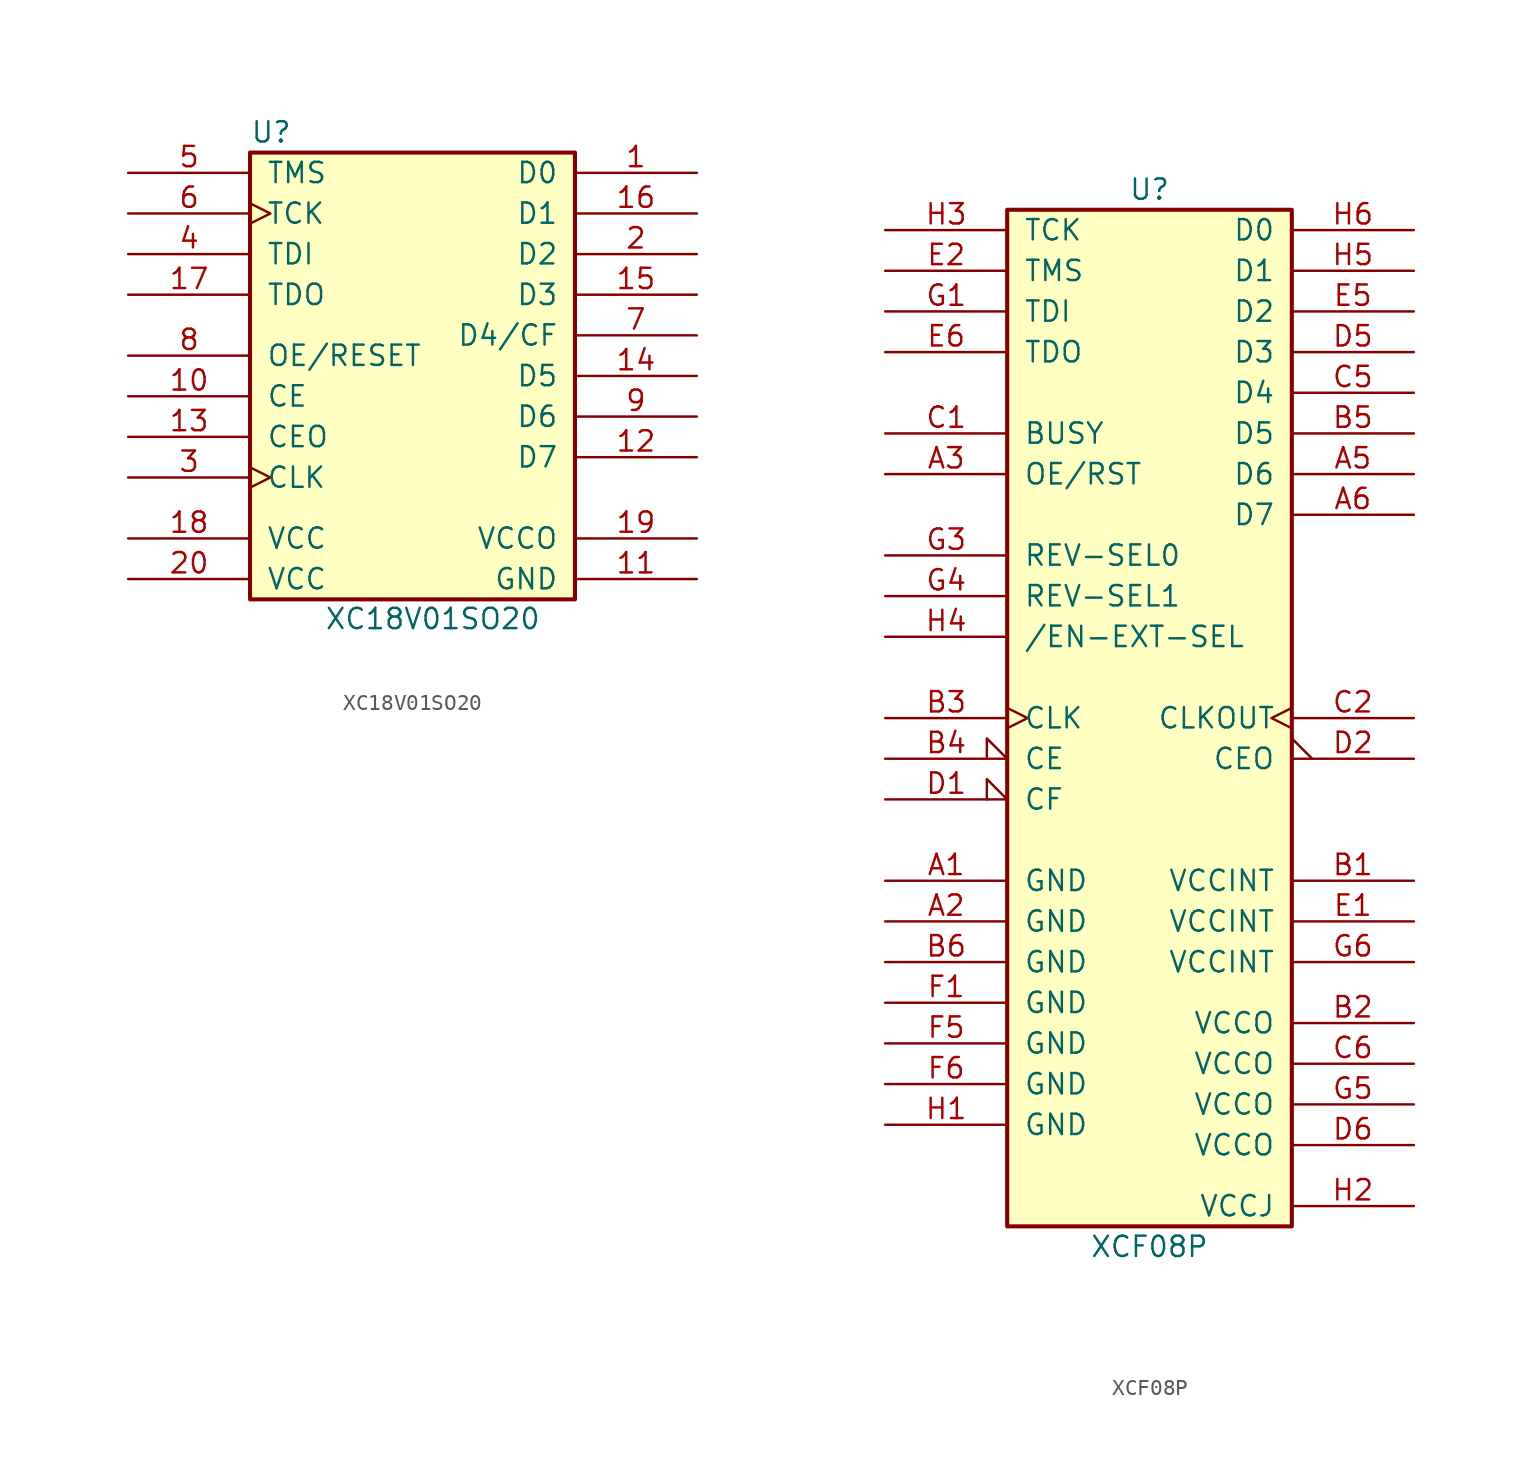
<source format=kicad_sym>
(kicad_symbol_lib
  (version 20241209)
  (generator "kicad_symbol_editor")
  (generator_version "9.0")
  (symbol "XC18V01SO20"
    (pin_names
      (offset 1.016))
    (property "Reference" "U"
      (at -8.839 15.24 0)
      (effects (font (size 1.27 1.27))))
    (property "Value" "XC18V01SO20"
      (at 1.27 -15.189 0)
      (effects (font (size 1.27 1.27))))
    (symbol "XC18V01SO20_0_1"
      (rectangle (start -10.16 13.97) (end 10.16 -13.97) (stroke (width 0.254) (type default)) (fill (type background)))
      (rectangle (start -10.16 12.7) (end -10.16 12.7) (stroke (width 0) (type default)) (fill (type none))))
    (symbol "XC18V01SO20_1_1"
      (pin input line (at -17.78 12.7 0) (length 7.62) (name "TMS" (effects (font (size 1.27 1.27)))) (number "5" (effects (font (size 1.27 1.27)))))
      (pin input clock (at -17.78 10.16 0) (length 7.62) (name "TCK" (effects (font (size 1.27 1.27)))) (number "6" (effects (font (size 1.27 1.27)))))
      (pin input line (at -17.78 7.62 0) (length 7.62) (name "TDI" (effects (font (size 1.27 1.27)))) (number "4" (effects (font (size 1.27 1.27)))))
      (pin open_collector line (at -17.78 5.08 0) (length 7.62) (name "TDO" (effects (font (size 1.27 1.27)))) (number "17" (effects (font (size 1.27 1.27)))))
      (pin input line (at -17.78 1.27 0) (length 7.62) (name "OE/RESET" (effects (font (size 1.27 1.27)))) (number "8" (effects (font (size 1.27 1.27)))))
      (pin input line (at -17.78 -1.27 0) (length 7.62) (name "CE" (effects (font (size 1.27 1.27)))) (number "10" (effects (font (size 1.27 1.27)))))
      (pin output line (at -17.78 -3.81 0) (length 7.62) (name "CEO" (effects (font (size 1.27 1.27)))) (number "13" (effects (font (size 1.27 1.27)))))
      (pin input clock (at -17.78 -6.35 0) (length 7.62) (name "CLK" (effects (font (size 1.27 1.27)))) (number "3" (effects (font (size 1.27 1.27)))))
      (pin power_in line (at -17.78 -10.16 0) (length 7.62) (name "VCC" (effects (font (size 1.27 1.27)))) (number "18" (effects (font (size 1.27 1.27)))))
      (pin power_in line (at -17.78 -12.7 0) (length 7.62) (name "VCC" (effects (font (size 1.27 1.27)))) (number "20" (effects (font (size 1.27 1.27)))))
      (pin output line (at 17.78 12.7 180) (length 7.62) (name "D0" (effects (font (size 1.27 1.27)))) (number "1" (effects (font (size 1.27 1.27)))))
      (pin output line (at 17.78 10.16 180) (length 7.62) (name "D1" (effects (font (size 1.27 1.27)))) (number "16" (effects (font (size 1.27 1.27)))))
      (pin output line (at 17.78 7.62 180) (length 7.62) (name "D2" (effects (font (size 1.27 1.27)))) (number "2" (effects (font (size 1.27 1.27)))))
      (pin output line (at 17.78 5.08 180) (length 7.62) (name "D3" (effects (font (size 1.27 1.27)))) (number "15" (effects (font (size 1.27 1.27)))))
      (pin open_collector line (at 17.78 2.54 180) (length 7.62) (name "D4/CF" (effects (font (size 1.27 1.27)))) (number "7" (effects (font (size 1.27 1.27)))))
      (pin output line (at 17.78 0 180) (length 7.62) (name "D5" (effects (font (size 1.27 1.27)))) (number "14" (effects (font (size 1.27 1.27)))))
      (pin output line (at 17.78 -2.54 180) (length 7.62) (name "D6" (effects (font (size 1.27 1.27)))) (number "9" (effects (font (size 1.27 1.27)))))
      (pin output line (at 17.78 -5.08 180) (length 7.62) (name "D7" (effects (font (size 1.27 1.27)))) (number "12" (effects (font (size 1.27 1.27)))))
      (pin power_in line (at 17.78 -10.16 180) (length 7.62) (name "VCCO" (effects (font (size 1.27 1.27)))) (number "19" (effects (font (size 1.27 1.27)))))
      (pin power_in line (at 17.78 -12.7 180) (length 7.62) (name "GND" (effects (font (size 1.27 1.27)))) (number "11" (effects (font (size 1.27 1.27)))))))
  (symbol "XCF08P"
    (pin_names
      (offset 1.016))
    (property "Reference" "U"
      (at 0 33.02 0)
      (effects (font (size 1.27 1.27))))
    (property "Value" "XCF08P"
      (at 0 -33.02 0)
      (effects (font (size 1.27 1.27))))
    (symbol "XCF08P_0_1"
      (rectangle (start -8.89 31.75) (end 8.89 -31.75) (stroke (width 0.254) (type default)) (fill (type background))))
    (symbol "XCF08P_1_1"
      (pin input line (at -16.51 30.48 0) (length 7.62) (name "TCK" (effects (font (size 1.27 1.27)))) (number "H3" (effects (font (size 1.27 1.27)))))
      (pin input line (at -16.51 27.94 0) (length 7.62) (name "TMS" (effects (font (size 1.27 1.27)))) (number "E2" (effects (font (size 1.27 1.27)))))
      (pin input line (at -16.51 25.4 0) (length 7.62) (name "TDI" (effects (font (size 1.27 1.27)))) (number "G1" (effects (font (size 1.27 1.27)))))
      (pin output line (at -16.51 22.86 0) (length 7.62) (name "TDO" (effects (font (size 1.27 1.27)))) (number "E6" (effects (font (size 1.27 1.27)))))
      (pin input line (at -16.51 17.78 0) (length 7.62) (name "BUSY" (effects (font (size 1.27 1.27)))) (number "C1" (effects (font (size 1.27 1.27)))))
      (pin input line (at -16.51 15.24 0) (length 7.62) (name "OE/RST" (effects (font (size 1.27 1.27)))) (number "A3" (effects (font (size 1.27 1.27)))))
      (pin input line (at -16.51 10.16 0) (length 7.62) (name "REV-SEL0" (effects (font (size 1.27 1.27)))) (number "G3" (effects (font (size 1.27 1.27)))))
      (pin input line (at -16.51 7.62 0) (length 7.62) (name "REV-SEL1" (effects (font (size 1.27 1.27)))) (number "G4" (effects (font (size 1.27 1.27)))))
      (pin input line (at -16.51 5.08 0) (length 7.62) (name "/EN-EXT-SEL" (effects (font (size 1.27 1.27)))) (number "H4" (effects (font (size 1.27 1.27)))))
      (pin input clock (at -16.51 0 0) (length 7.62) (name "CLK" (effects (font (size 1.27 1.27)))) (number "B3" (effects (font (size 1.27 1.27)))))
      (pin input input_low (at -16.51 -2.54 0) (length 7.62) (name "CE" (effects (font (size 1.27 1.27)))) (number "B4" (effects (font (size 1.27 1.27)))))
      (pin bidirectional input_low (at -16.51 -5.08 0) (length 7.62) (name "CF" (effects (font (size 1.27 1.27)))) (number "D1" (effects (font (size 1.27 1.27)))))
      (pin power_in line (at -16.51 -10.16 0) (length 7.62) (name "GND" (effects (font (size 1.27 1.27)))) (number "A1" (effects (font (size 1.27 1.27)))))
      (pin power_in line (at -16.51 -12.7 0) (length 7.62) (name "GND" (effects (font (size 1.27 1.27)))) (number "A2" (effects (font (size 1.27 1.27)))))
      (pin power_in line (at -16.51 -15.24 0) (length 7.62) (name "GND" (effects (font (size 1.27 1.27)))) (number "B6" (effects (font (size 1.27 1.27)))))
      (pin power_in line (at -16.51 -17.78 0) (length 7.62) (name "GND" (effects (font (size 1.27 1.27)))) (number "F1" (effects (font (size 1.27 1.27)))))
      (pin power_in line (at -16.51 -20.32 0) (length 7.62) (name "GND" (effects (font (size 1.27 1.27)))) (number "F5" (effects (font (size 1.27 1.27)))))
      (pin power_in line (at -16.51 -22.86 0) (length 7.62) (name "GND" (effects (font (size 1.27 1.27)))) (number "F6" (effects (font (size 1.27 1.27)))))
      (pin power_in line (at -16.51 -25.4 0) (length 7.62) (name "GND" (effects (font (size 1.27 1.27)))) (number "H1" (effects (font (size 1.27 1.27)))))
      (pin tri_state line (at 16.51 30.48 180) (length 7.62) (name "D0" (effects (font (size 1.27 1.27)))) (number "H6" (effects (font (size 1.27 1.27)))))
      (pin tri_state line (at 16.51 27.94 180) (length 7.62) (name "D1" (effects (font (size 1.27 1.27)))) (number "H5" (effects (font (size 1.27 1.27)))))
      (pin tri_state line (at 16.51 25.4 180) (length 7.62) (name "D2" (effects (font (size 1.27 1.27)))) (number "E5" (effects (font (size 1.27 1.27)))))
      (pin tri_state line (at 16.51 22.86 180) (length 7.62) (name "D3" (effects (font (size 1.27 1.27)))) (number "D5" (effects (font (size 1.27 1.27)))))
      (pin tri_state line (at 16.51 20.32 180) (length 7.62) (name "D4" (effects (font (size 1.27 1.27)))) (number "C5" (effects (font (size 1.27 1.27)))))
      (pin tri_state line (at 16.51 17.78 180) (length 7.62) (name "D5" (effects (font (size 1.27 1.27)))) (number "B5" (effects (font (size 1.27 1.27)))))
      (pin tri_state line (at 16.51 15.24 180) (length 7.62) (name "D6" (effects (font (size 1.27 1.27)))) (number "A5" (effects (font (size 1.27 1.27)))))
      (pin tri_state line (at 16.51 12.7 180) (length 7.62) (name "D7" (effects (font (size 1.27 1.27)))) (number "A6" (effects (font (size 1.27 1.27)))))
      (pin output clock (at 16.51 0 180) (length 7.62) (name "CLKOUT" (effects (font (size 1.27 1.27)))) (number "C2" (effects (font (size 1.27 1.27)))))
      (pin output output_low (at 16.51 -2.54 180) (length 7.62) (name "CEO" (effects (font (size 1.27 1.27)))) (number "D2" (effects (font (size 1.27 1.27)))))
      (pin power_in line (at 16.51 -10.16 180) (length 7.62) (name "VCCINT" (effects (font (size 1.27 1.27)))) (number "B1" (effects (font (size 1.27 1.27)))))
      (pin power_in line (at 16.51 -12.7 180) (length 7.62) (name "VCCINT" (effects (font (size 1.27 1.27)))) (number "E1" (effects (font (size 1.27 1.27)))))
      (pin power_in line (at 16.51 -15.24 180) (length 7.62) (name "VCCINT" (effects (font (size 1.27 1.27)))) (number "G6" (effects (font (size 1.27 1.27)))))
      (pin power_in line (at 16.51 -19.05 180) (length 7.62) (name "VCCO" (effects (font (size 1.27 1.27)))) (number "B2" (effects (font (size 1.27 1.27)))))
      (pin power_in line (at 16.51 -21.59 180) (length 7.62) (name "VCCO" (effects (font (size 1.27 1.27)))) (number "C6" (effects (font (size 1.27 1.27)))))
      (pin power_in line (at 16.51 -24.13 180) (length 7.62) (name "VCCO" (effects (font (size 1.27 1.27)))) (number "G5" (effects (font (size 1.27 1.27)))))
      (pin power_in line (at 16.51 -26.67 180) (length 7.62) (name "VCCO" (effects (font (size 1.27 1.27)))) (number "D6" (effects (font (size 1.27 1.27)))))
      (pin power_in line (at 16.51 -30.48 180) (length 7.62) (name "VCCJ" (effects (font (size 1.27 1.27)))) (number "H2" (effects (font (size 1.27 1.27))))))))
</source>
